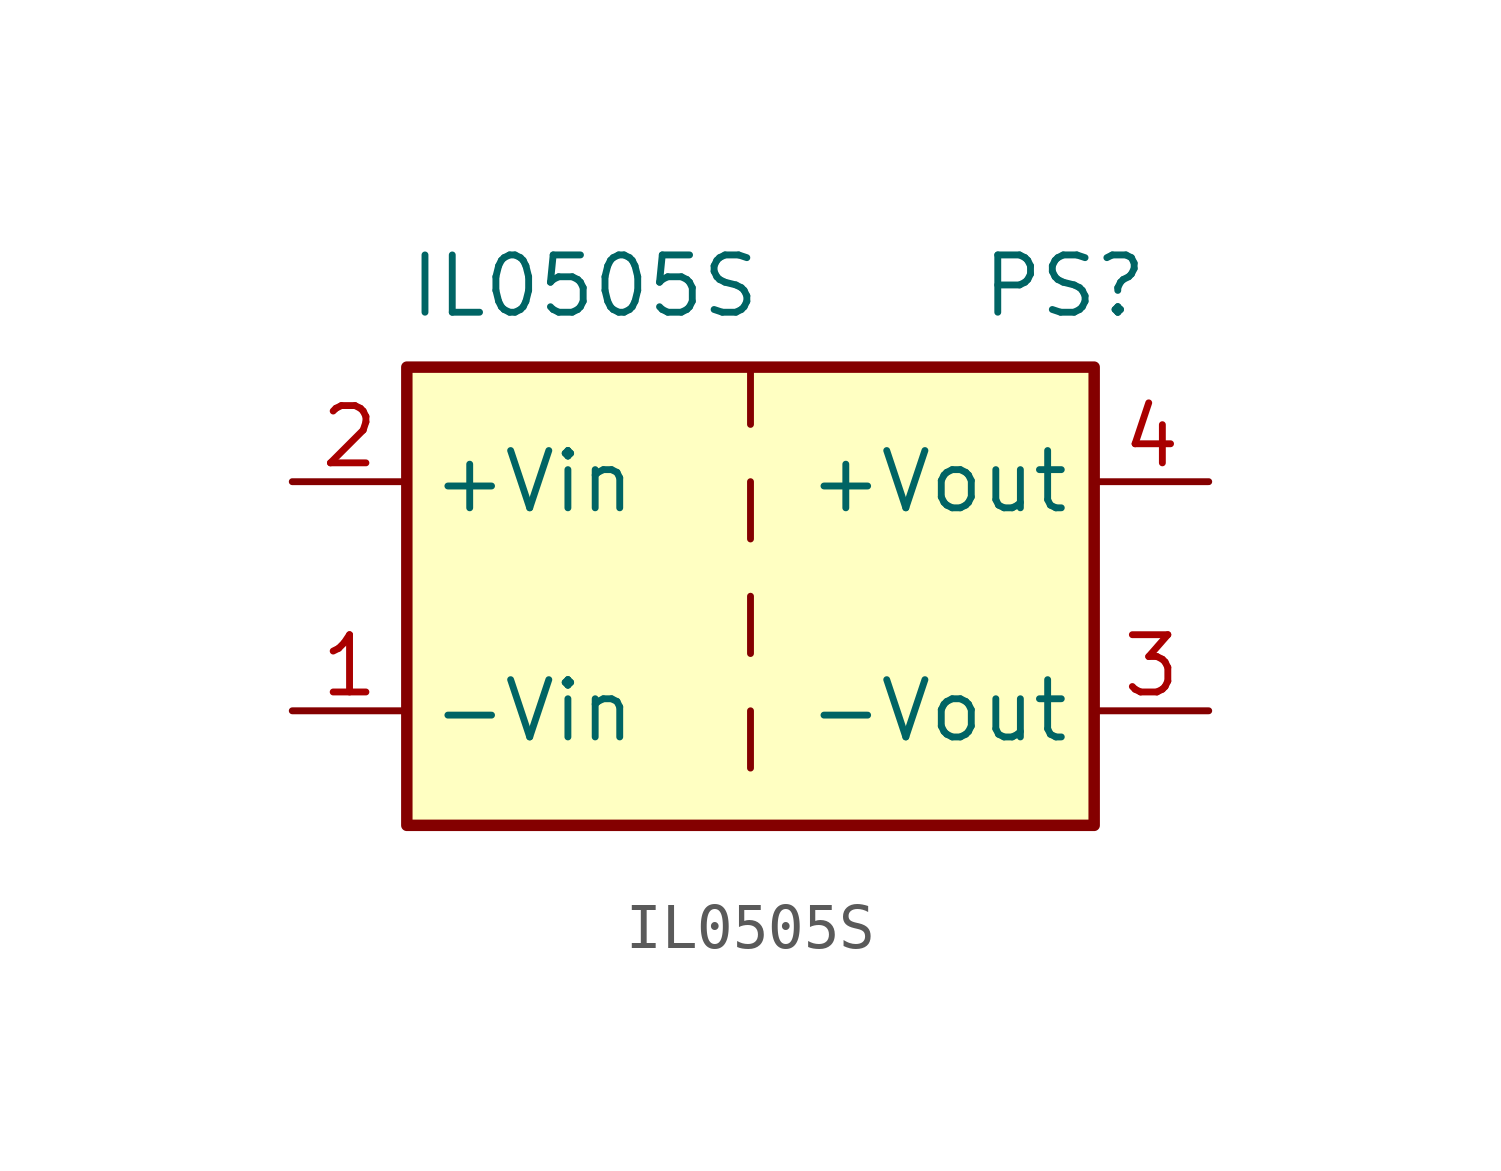
<source format=kicad_sym>
(kicad_symbol_lib
  (version 20220914)
  (generator kicad_symbol_editor)
  (symbol "IL0505S"
    (property "Reference" "PS"
      (at 17.78 5.08 0)
      (effects (font (size 1.27 1.27)) (justify left top)))
    (property "Value" "IL0505S"
      (at 5.08 5.08 0)
      (effects (font (size 1.27 1.27)) (justify left top)))
    (symbol "IL0505S_0_0"
      (pin power_in line (at 2.54 -5.08 0) (length 2.54) (name "-Vin" (effects (font (size 1.27 1.27)))) (number "1" (effects (font (size 1.27 1.27)))))
      (pin power_in line (at 2.54 0 0) (length 2.54) (name "+Vin" (effects (font (size 1.27 1.27)))) (number "2" (effects (font (size 1.27 1.27)))))
      (pin power_out line (at 22.86 -5.08 180) (length 2.54) (name "-Vout" (effects (font (size 1.27 1.27)))) (number "3" (effects (font (size 1.27 1.27)))))
      (pin power_out line (at 22.86 0 180) (length 2.54) (name "+Vout" (effects (font (size 1.27 1.27)))) (number "4" (effects (font (size 1.27 1.27))))))
    (symbol "IL0505S_0_1"
      (polyline (pts (xy 12.7 -5.08) (xy 12.7 -6.35)) (stroke (width 0) (type default)) (fill (type none)))
      (polyline (pts (xy 12.7 -2.54) (xy 12.7 -3.81)) (stroke (width 0) (type default)) (fill (type none)))
      (polyline (pts (xy 12.7 0) (xy 12.7 -1.27)) (stroke (width 0) (type default)) (fill (type none)))
      (polyline (pts (xy 12.7 2.54) (xy 12.7 1.27)) (stroke (width 0) (type default)) (fill (type none)))
      (rectangle (start 5.08 2.54) (end 20.32 -7.62) (stroke (width 0.254) (type default)) (fill (type background))))))
</source>
